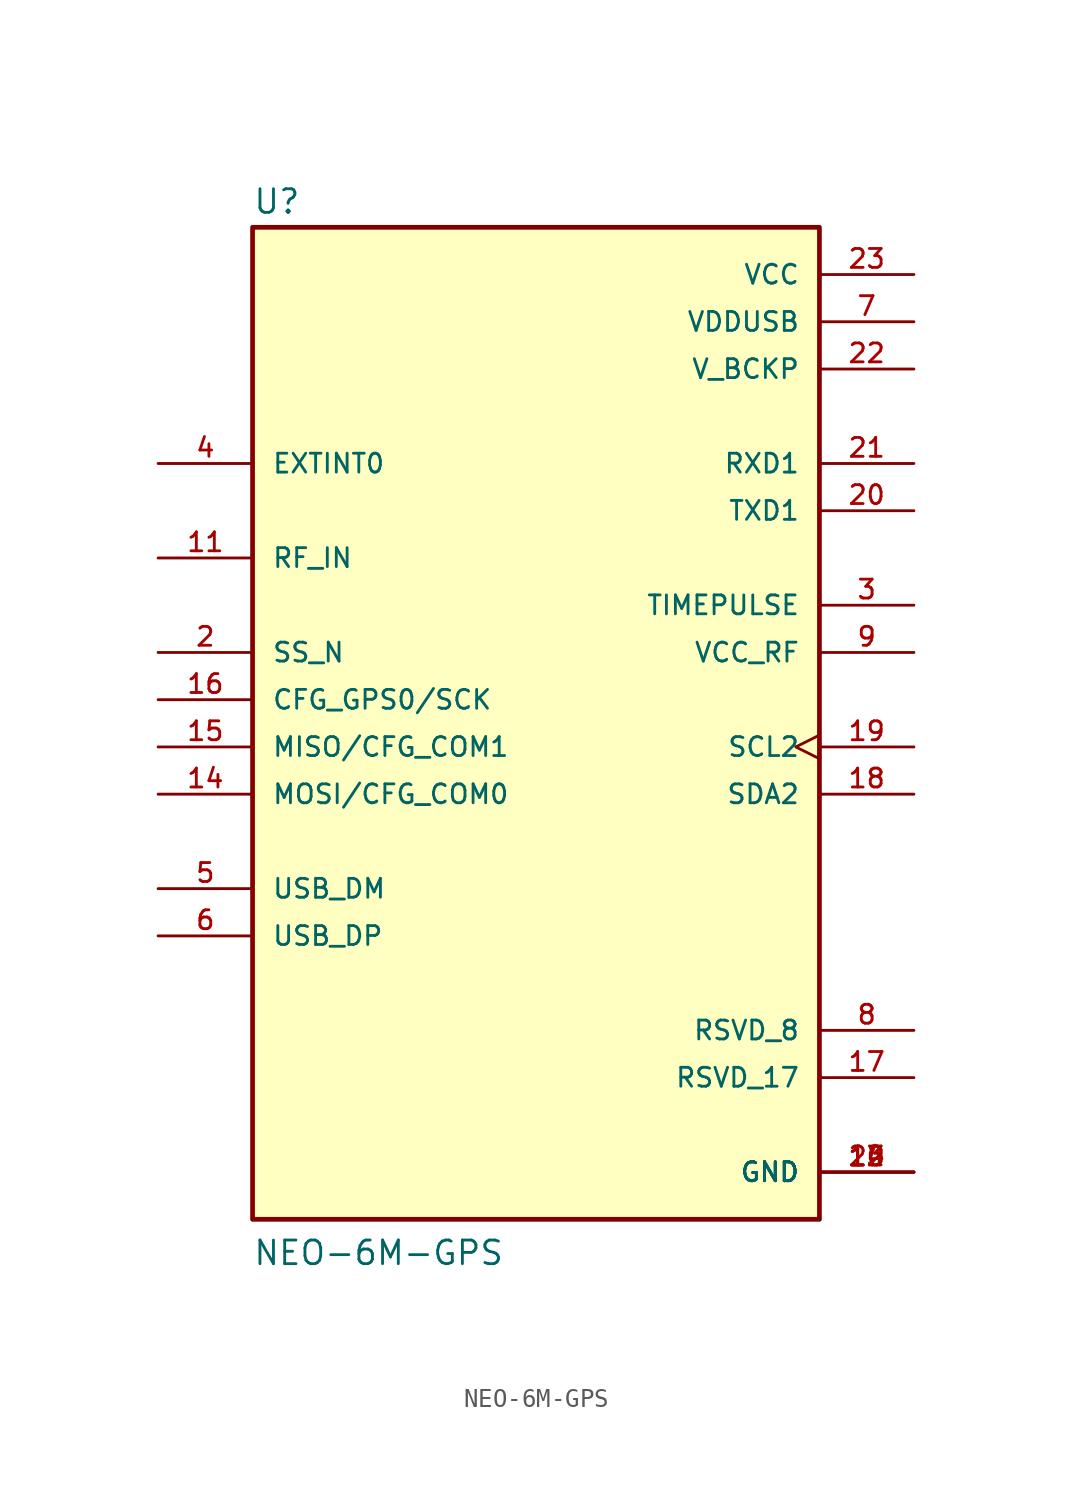
<source format=kicad_sym>
(kicad_symbol_lib
  (version 20211014)
  (generator kicad_symbol_editor)
  (symbol "NEO-6M-GPS"
    (pin_names
      (offset 1.016))
    (property "Reference" "U"
      (at -15.244 26.041 0)
      (effects (font (size 1.27 1.27)) (justify bottom left)))
    (property "Value" "NEO-6M-GPS"
      (at -15.245 -30.487 0)
      (effects (font (size 1.27 1.27)) (justify bottom left)))
    (symbol "NEO-6M-GPS_0_0"
      (rectangle (start -15.24 -27.94) (end 15.24 25.4) (stroke (width 0.254)) (fill (type background)))
      (pin input line (at -20.32 12.7 0) (length 5.08) (name "EXTINT0" (effects (font (size 1.016 1.016)))) (number "4" (effects (font (size 1.016 1.016)))))
      (pin power_in line (at 20.32 -25.4 180.0) (length 5.08) (name "GND" (effects (font (size 1.016 1.016)))) (number "10" (effects (font (size 1.016 1.016)))))
      (pin power_in line (at 20.32 -25.4 180.0) (length 5.08) (name "GND" (effects (font (size 1.016 1.016)))) (number "12" (effects (font (size 1.016 1.016)))))
      (pin power_in line (at 20.32 -25.4 180.0) (length 5.08) (name "GND" (effects (font (size 1.016 1.016)))) (number "13" (effects (font (size 1.016 1.016)))))
      (pin power_in line (at 20.32 -25.4 180.0) (length 5.08) (name "GND" (effects (font (size 1.016 1.016)))) (number "24" (effects (font (size 1.016 1.016)))))
      (pin input line (at -20.32 2.54 0) (length 5.08) (name "SS_N" (effects (font (size 1.016 1.016)))) (number "2" (effects (font (size 1.016 1.016)))))
      (pin bidirectional line (at -20.32 -5.08 0) (length 5.08) (name "MOSI/CFG_COM0" (effects (font (size 1.016 1.016)))) (number "14" (effects (font (size 1.016 1.016)))))
      (pin input line (at -20.32 -2.54 0) (length 5.08) (name "MISO/CFG_COM1" (effects (font (size 1.016 1.016)))) (number "15" (effects (font (size 1.016 1.016)))))
      (pin input line (at -20.32 0.0 0) (length 5.08) (name "CFG_GPS0/SCK" (effects (font (size 1.016 1.016)))) (number "16" (effects (font (size 1.016 1.016)))))
      (pin input line (at -20.32 7.62 0) (length 5.08) (name "RF_IN" (effects (font (size 1.016 1.016)))) (number "11" (effects (font (size 1.016 1.016)))))
      (pin input line (at 20.32 12.7 180.0) (length 5.08) (name "RXD1" (effects (font (size 1.016 1.016)))) (number "21" (effects (font (size 1.016 1.016)))))
      (pin bidirectional clock (at 20.32 -2.54 180.0) (length 5.08) (name "SCL2" (effects (font (size 1.016 1.016)))) (number "19" (effects (font (size 1.016 1.016)))))
      (pin bidirectional line (at 20.32 -5.08 180.0) (length 5.08) (name "SDA2" (effects (font (size 1.016 1.016)))) (number "18" (effects (font (size 1.016 1.016)))))
      (pin output line (at 20.32 5.08 180.0) (length 5.08) (name "TIMEPULSE" (effects (font (size 1.016 1.016)))) (number "3" (effects (font (size 1.016 1.016)))))
      (pin output line (at 20.32 10.16 180.0) (length 5.08) (name "TXD1" (effects (font (size 1.016 1.016)))) (number "20" (effects (font (size 1.016 1.016)))))
      (pin bidirectional line (at -20.32 -10.16 0) (length 5.08) (name "USB_DM" (effects (font (size 1.016 1.016)))) (number "5" (effects (font (size 1.016 1.016)))))
      (pin bidirectional line (at -20.32 -12.7 0) (length 5.08) (name "USB_DP" (effects (font (size 1.016 1.016)))) (number "6" (effects (font (size 1.016 1.016)))))
      (pin power_in line (at 20.32 17.78 180.0) (length 5.08) (name "V_BCKP" (effects (font (size 1.016 1.016)))) (number "22" (effects (font (size 1.016 1.016)))))
      (pin power_in line (at 20.32 22.86 180.0) (length 5.08) (name "VCC" (effects (font (size 1.016 1.016)))) (number "23" (effects (font (size 1.016 1.016)))))
      (pin output line (at 20.32 2.54 180.0) (length 5.08) (name "VCC_RF" (effects (font (size 1.016 1.016)))) (number "9" (effects (font (size 1.016 1.016)))))
      (pin power_in line (at 20.32 20.32 180.0) (length 5.08) (name "VDDUSB" (effects (font (size 1.016 1.016)))) (number "7" (effects (font (size 1.016 1.016)))))
      (pin passive line (at 20.32 -20.32 180.0) (length 5.08) (name "RSVD_17" (effects (font (size 1.016 1.016)))) (number "17" (effects (font (size 1.016 1.016)))))
      (pin passive line (at 20.32 -17.78 180.0) (length 5.08) (name "RSVD_8" (effects (font (size 1.016 1.016)))) (number "8" (effects (font (size 1.016 1.016))))))))
</source>
